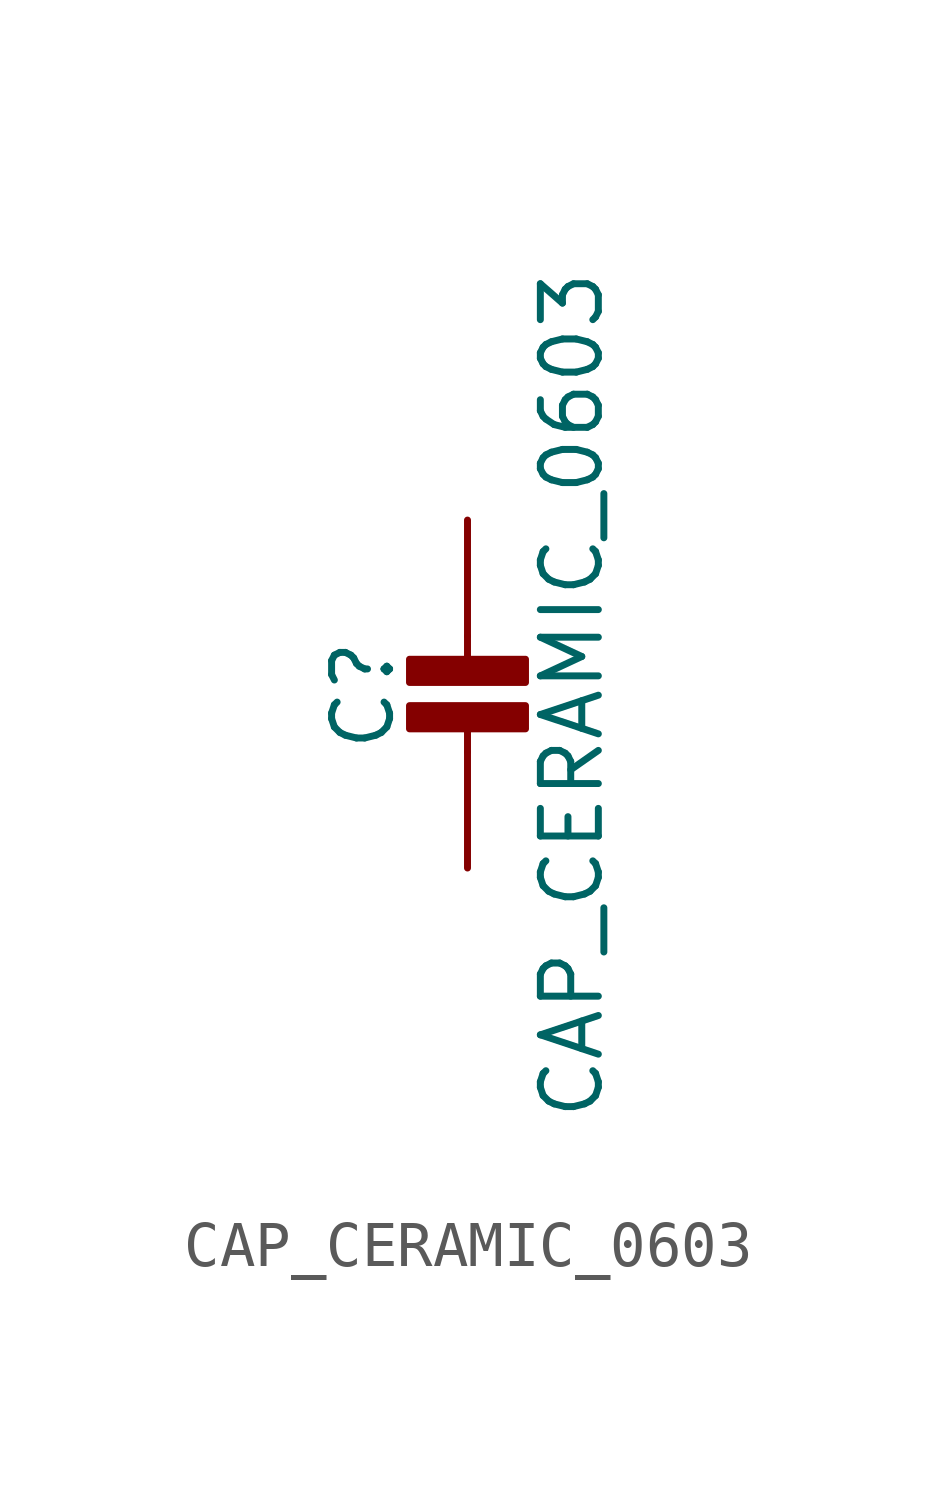
<source format=kicad_sym>
(kicad_symbol_lib
  (version 20211014)
  (generator kicad_symbol_editor)
  (symbol "CAP_CERAMIC_0603"
    (pin_names
      (offset 1.016))
    (property "Reference" "C"
      (at -2.286 1.245 90)
      (effects (font (size 1.27 1.27))))
    (property "Value" "CAP_CERAMIC_0603"
      (at 2.286 1.245 90)
      (effects (font (size 1.27 1.27))))
    (property "ki_locked" ""
      (at 0 0 0)
      (effects (font (size 1.27 1.27))))
    (symbol "CAP_CERAMIC_0603_1_0"
      (rectangle (start -1.27 0.508) (end 1.27 1.016) (stroke (width 0) (type default) (color 0 0 0 0)) (fill (type outline)))
      (rectangle (start -1.27 1.524) (end 1.27 2.032) (stroke (width 0) (type default) (color 0 0 0 0)) (fill (type outline)))
      (polyline (pts (xy 0 0.762) (xy 0 0)) (stroke (width 0) (type default) (color 0 0 0 0)) (fill (type none)))
      (polyline (pts (xy 0 2.54) (xy 0 1.778)) (stroke (width 0) (type default) (color 0 0 0 0)) (fill (type none)))
      (pin passive line (at 0 5.08 270) (length 2.54) (name "1" (effects (font (size 0 0)))) (number "1" (effects (font (size 0 0)))))
      (pin passive line (at 0 -2.54 90) (length 2.54) (name "2" (effects (font (size 0 0)))) (number "2" (effects (font (size 0 0))))))))
</source>
